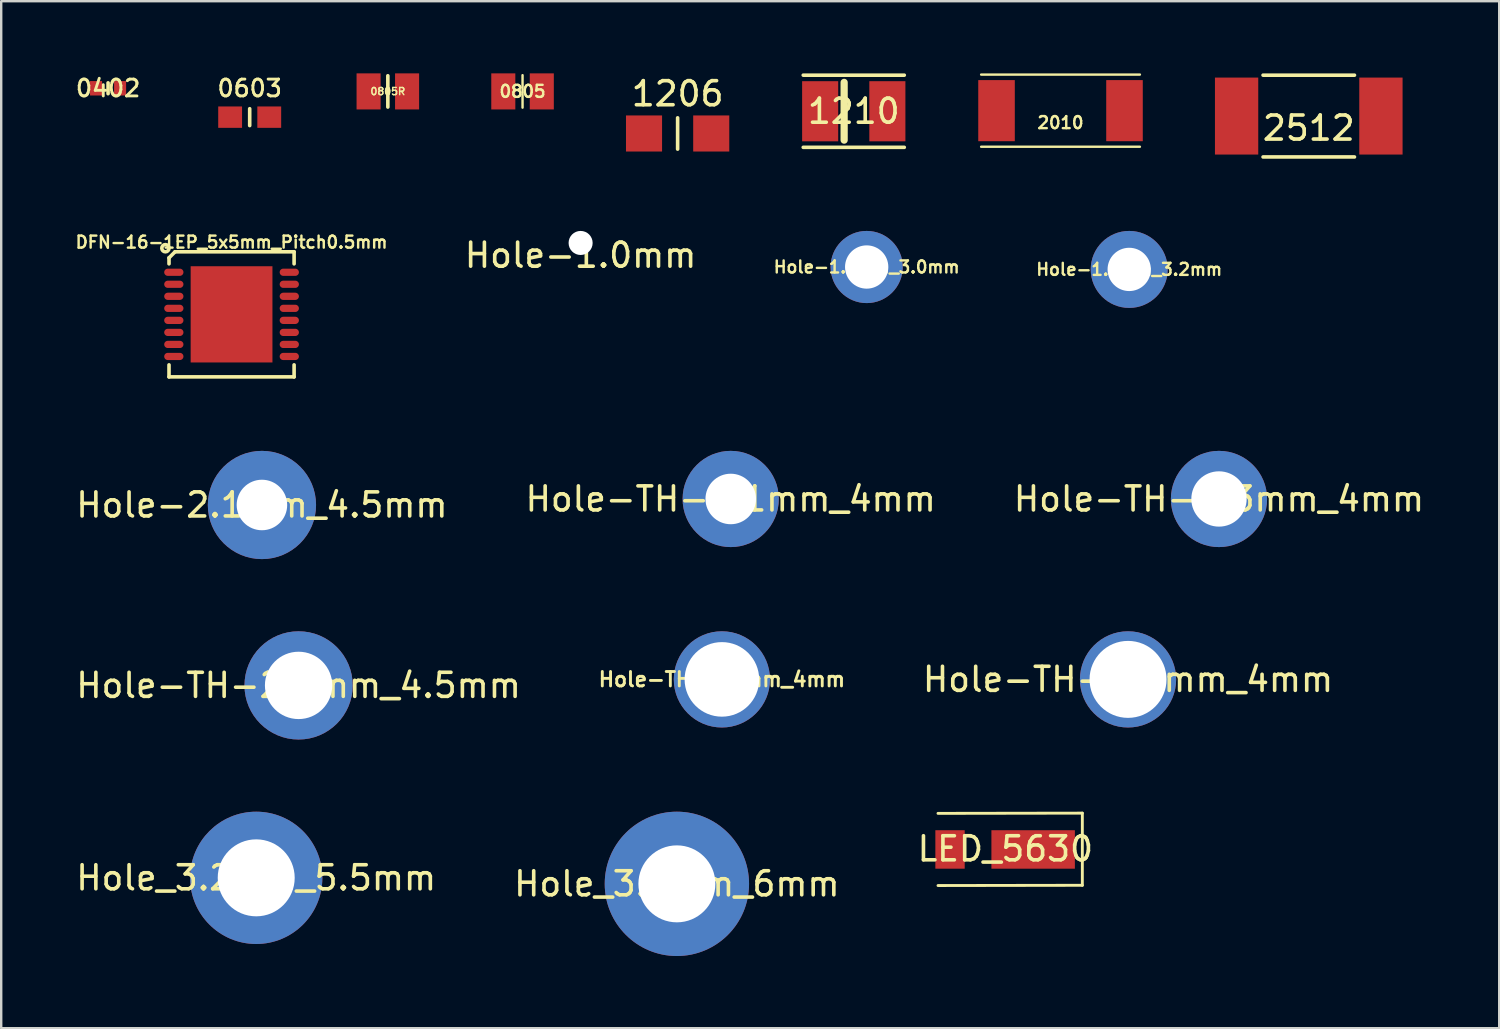
<source format=kicad_pcb>
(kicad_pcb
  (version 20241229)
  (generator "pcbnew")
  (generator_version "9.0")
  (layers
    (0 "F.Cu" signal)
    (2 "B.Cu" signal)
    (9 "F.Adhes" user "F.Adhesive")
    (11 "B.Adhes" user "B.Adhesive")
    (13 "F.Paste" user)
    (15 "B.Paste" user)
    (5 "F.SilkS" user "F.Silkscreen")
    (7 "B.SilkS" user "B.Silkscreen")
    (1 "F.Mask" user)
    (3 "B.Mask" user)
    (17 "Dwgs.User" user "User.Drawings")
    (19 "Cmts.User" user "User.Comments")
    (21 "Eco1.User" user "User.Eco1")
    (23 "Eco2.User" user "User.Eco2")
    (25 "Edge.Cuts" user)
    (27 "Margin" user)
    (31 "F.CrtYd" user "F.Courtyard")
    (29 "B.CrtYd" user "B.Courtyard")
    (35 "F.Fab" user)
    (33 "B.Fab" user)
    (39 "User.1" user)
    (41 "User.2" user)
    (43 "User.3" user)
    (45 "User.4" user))
  (footprint "Hole-TH-2.3mm_4mm"
    (layer "F.Cu")
    (at 47.625 17.693)
    (property "Reference" "Hole-TH-2.3mm_4mm" (at 0 0 0) (layer "F.SilkS") (effects (font (size 1 1) (thickness 0.15))))
    (attr through_hole)
    (pad "1" thru_hole circle (at 0 0) (size 4 4) (drill 2.3) (layers "*.Cu" "*.Mask")))
  (footprint "DFN-16-1EP_5x5mm_Pitch0.5mm"
    (layer "F.Cu")
    (at 6.576 10.018)
    (property "Reference" "DFN-16-1EP_5x5mm_Pitch0.5mm" (at 0 -3 0) (layer "F.SilkS") (effects (font (size 0.5 0.5) (thickness 0.1))))
    (attr smd)
    (fp_line (start -2.6 -2.35) (end -2.6 -2.1) (stroke (width 0.15) (type solid)) (layer "F.SilkS"))
    (fp_line (start -2.6 2.6) (end -2.6 2.1) (stroke (width 0.15) (type solid)) (layer "F.SilkS"))
    (fp_line (start -2.6 2.6) (end 2.6 2.6) (stroke (width 0.15) (type solid)) (layer "F.SilkS"))
    (fp_line (start -2.35 -2.6) (end -2.6 -2.35) (stroke (width 0.15) (type solid)) (layer "F.SilkS"))
    (fp_line (start -2.35 -2.6) (end 2.6 -2.6) (stroke (width 0.15) (type solid)) (layer "F.SilkS"))
    (fp_line (start 2.6 -2.6) (end 2.6 -2.1) (stroke (width 0.15) (type solid)) (layer "F.SilkS"))
    (fp_line (start 2.6 2.6) (end 2.6 2.1) (stroke (width 0.15) (type solid)) (layer "F.SilkS"))
    (fp_circle (center -2.75 -2.75) (end -2.75 -2.6) (stroke (width 0.15) (type solid)) (fill no) (layer "F.SilkS"))
    (pad "1" smd oval (at -2.4 -1.75) (size 0.8 0.3) (layers "F.Cu" "F.Mask" "F.Paste"))
    (pad "2" smd oval (at -2.4 -1.25) (size 0.8 0.3) (layers "F.Cu" "F.Mask" "F.Paste"))
    (pad "3" smd oval (at -2.4 -0.75) (size 0.8 0.3) (layers "F.Cu" "F.Mask" "F.Paste"))
    (pad "4" smd oval (at -2.4 -0.25) (size 0.8 0.3) (layers "F.Cu" "F.Mask" "F.Paste"))
    (pad "5" smd oval (at -2.4 0.25) (size 0.8 0.3) (layers "F.Cu" "F.Mask" "F.Paste"))
    (pad "6" smd oval (at -2.4 0.75) (size 0.8 0.3) (layers "F.Cu" "F.Mask" "F.Paste"))
    (pad "7" smd oval (at -2.4 1.25) (size 0.8 0.3) (layers "F.Cu" "F.Mask" "F.Paste"))
    (pad "8" smd oval (at -2.4 1.75) (size 0.8 0.3) (layers "F.Cu" "F.Mask" "F.Paste"))
    (pad "9" smd oval (at 2.4 1.75) (size 0.8 0.3) (layers "F.Cu" "F.Mask" "F.Paste"))
    (pad "10" smd oval (at 2.4 1.25) (size 0.8 0.3) (layers "F.Cu" "F.Mask" "F.Paste"))
    (pad "11" smd oval (at 2.4 0.75) (size 0.8 0.3) (layers "F.Cu" "F.Mask" "F.Paste"))
    (pad "12" smd oval (at 2.4 0.25) (size 0.8 0.3) (layers "F.Cu" "F.Mask" "F.Paste"))
    (pad "13" smd oval (at 2.4 -0.25) (size 0.8 0.3) (layers "F.Cu" "F.Mask" "F.Paste"))
    (pad "14" smd oval (at 2.4 -0.75) (size 0.8 0.3) (layers "F.Cu" "F.Mask" "F.Paste"))
    (pad "15" smd oval (at 2.4 -1.25) (size 0.8 0.3) (layers "F.Cu" "F.Mask" "F.Paste"))
    (pad "16" smd oval (at 2.4 -1.75) (size 0.8 0.3) (layers "F.Cu" "F.Mask" "F.Paste"))
    (pad "17" smd rect (at 0 0) (size 3.4 4) (layers "F.Cu" "F.Mask" "F.Paste")))
  (footprint "Hole-TH-3.1mm_4mm"
    (layer "F.Cu")
    (at 26.96 25.193)
    (property "Reference" "Hole-TH-3.1mm_4mm" (at 0 0 0) (layer "F.SilkS") (effects (font (size 0.6 0.6) (thickness 0.12))))
    (attr through_hole)
    (pad "1" thru_hole circle (at 0 0) (size 4 4) (drill 3.1) (layers "*.Cu" "*.Mask")))
  (footprint "2010"
    (layer "F.Cu")
    (at 41.037 1.55)
    (property "Reference" "2010" (at 0 0.5 0) (layer "F.SilkS") (effects (font (size 0.5 0.5) (thickness 0.1))))
    (attr through_hole)
    (fp_line (start -3.3 -1.5) (end 3.3 -1.5) (stroke (width 0.1) (type solid)) (layer "F.SilkS"))
    (fp_line (start 3.3 1.5) (end -3.3 1.5) (stroke (width 0.1) (type solid)) (layer "F.SilkS"))
    (pad "1" smd rect (at -2.66 0) (size 1.52 2.54) (layers "F.Cu" "F.Mask" "F.Paste"))
    (pad "2" smd rect (at 2.66 0) (size 1.52 2.54) (layers "F.Cu" "F.Mask" "F.Paste")))
  (footprint "Hole-2.1mm_4.5mm"
    (layer "F.Cu")
    (at 7.839 17.943)
    (property "Reference" "Hole-2.1mm_4.5mm" (at 0 0 0) (layer "F.SilkS") (effects (font (size 1 1) (thickness 0.15))))
    (attr through_hole)
    (pad "0" thru_hole circle (at 0 0) (size 4.5 4.5) (drill 2.1) (layers "*.Cu" "*.Mask")))
  (footprint "Hole-TH-3.2mm_4mm"
    (layer "F.Cu")
    (at 43.844 25.193)
    (property "Reference" "Hole-TH-3.2mm_4mm" (at 0 0 0) (layer "F.SilkS") (effects (font (size 1 1) (thickness 0.15))))
    (attr through_hole)
    (pad "1" thru_hole circle (at 0 0) (size 4 4) (drill 3.2) (layers "*.Cu" "*.Mask")))
  (footprint "Hole-1.8mm_3.2mm"
    (layer "F.Cu")
    (at 43.893 8.15)
    (property "Reference" "Hole-1.8mm_3.2mm" (at 0 0 0) (layer "F.SilkS") (effects (font (size 0.5 0.5) (thickness 0.1))))
    (attr through_hole)
    (pad "0" thru_hole circle (at 0 0) (size 3.2 3.2) (drill 1.8) (layers "*.Cu" "*.Mask")))
  (footprint "LED_5630"
    (layer "F.Cu")
    (at 38.744 32.263)
    (property "Reference" "LED_5630" (at 0 -0.025 0) (layer "F.SilkS") (effects (font (size 1 1) (thickness 0.15))))
    (attr through_hole)
    (fp_line (start -2.8 -1.5) (end 3.2 -1.51) (stroke (width 0.12) (type solid)) (layer "F.SilkS"))
    (fp_line (start 3.2 -1.51) (end 3.2 1.49) (stroke (width 0.12) (type solid)) (layer "F.SilkS"))
    (fp_line (start 3.2 1.49) (end -2.8 1.5) (stroke (width 0.12) (type solid)) (layer "F.SilkS"))
    (pad "1" smd rect (at 1.155 0) (size 3.47 1.6) (layers "F.Cu" "F.Mask" "F.Paste"))
    (pad "2" smd rect (at -2.3 0) (size 1.22 1.6) (layers "F.Cu" "F.Mask" "F.Paste")))
  (footprint "0805R"
    (layer "F.Cu")
    (at 13.073 0.75)
    (property "Reference" "0805R" (at 0 0 180) (layer "F.SilkS") (effects (font (size 0.3 0.3) (thickness 0.06))))
    (attr smd)
    (fp_line (start 0 -0.65) (end 0 0.65) (stroke (width 0.15) (type solid)) (layer "F.SilkS"))
    (pad "1" smd rect (at -0.8 0) (size 1 1.5) (layers "F.Cu" "F.Mask" "F.Paste"))
    (pad "2" smd rect (at 0.8 0) (size 1 1.5) (layers "F.Cu" "F.Mask" "F.Paste")))
  (footprint "0603"
    (layer "F.Cu")
    (at 7.33 1.82)
    (property "Reference" "0603" (at 0 -1.2 0) (layer "F.SilkS") (effects (font (size 0.7 0.7) (thickness 0.12))))
    (attr smd)
    (fp_line (start 0 0.35) (end 0 -0.35) (stroke (width 0.15) (type solid)) (layer "F.SilkS"))
    (pad "1" smd rect (at -0.813 0) (size 0.991 0.889) (layers "F.Cu" "F.Mask" "F.Paste"))
    (pad "2" smd rect (at 0.813 0) (size 0.991 0.889) (layers "F.Cu" "F.Mask" "F.Paste")))
  (footprint "2512"
    (layer "F.Cu")
    (at 51.357 1.775)
    (property "Reference" "2512" (at 0 0.5 0) (layer "F.SilkS") (effects (font (size 1 1) (thickness 0.15))))
    (attr through_hole)
    (fp_line (start -1.9 -1.7) (end 1.9 -1.7) (stroke (width 0.15) (type solid)) (layer "F.SilkS"))
    (fp_line (start -1.9 1.7) (end 1.9 1.7) (stroke (width 0.15) (type solid)) (layer "F.SilkS"))
    (pad "1" smd rect (at 3 0) (size 1.8 3.2) (layers "F.Cu" "F.Mask" "F.Paste"))
    (pad "2" smd rect (at -3 0) (size 1.8 3.2) (layers "F.Cu" "F.Mask" "F.Paste")))
  (footprint "Hole-1.0mm"
    (layer "F.Cu")
    (at 21.087 7.06)
    (property "Reference" "Hole-1.0mm" (at 0 0.5 0) (layer "F.SilkS") (effects (font (size 1 1) (thickness 0.15))))
    (attr through_hole)
    (pad "" np_thru_hole circle (at 0 -0.01) (size 1 1) (drill 1) (layers "*.Cu" "*.Mask")))
  (footprint "Hole_3.2mm_5.5mm"
    (layer "F.Cu")
    (at 7.601 33.443)
    (property "Reference" "Hole_3.2mm_5.5mm" (at 0 0 0) (layer "F.SilkS") (effects (font (size 1 1) (thickness 0.15))))
    (attr through_hole)
    (pad "1" thru_hole circle (at 0 0) (size 5.5 5.5) (drill 3.2) (layers "*.Cu" "*.Mask")))
  (footprint "1210"
    (layer "F.Cu")
    (at 32.442 1.575)
    (property "Reference" "1210" (at 0 0 0) (layer "F.SilkS") (effects (font (size 1 1) (thickness 0.15))))
    (attr through_hole)
    (fp_line (start -2.1 -1.5) (end 2.1 -1.5) (stroke (width 0.15) (type solid)) (layer "F.SilkS"))
    (fp_line (start -2.1 1.5) (end 2.1 1.5) (stroke (width 0.15) (type solid)) (layer "F.SilkS"))
    (fp_line (start -0.4 -1.2) (end -0.4 1.2) (stroke (width 0.3) (type solid)) (layer "F.SilkS"))
    (pad "1" smd rect (at -1.397 0) (size 1.5 2.5) (layers "F.Cu" "F.Mask" "F.Paste"))
    (pad "2" smd rect (at 1.397 0) (size 1.5 2.5) (layers "F.Cu" "F.Mask" "F.Paste")))
  (footprint "Hole_3.2mm_6mm"
    (layer "F.Cu")
    (at 25.089 33.693)
    (property "Reference" "Hole_3.2mm_6mm" (at 0 0 0) (layer "F.SilkS") (effects (font (size 1 1) (thickness 0.15))))
    (attr through_hole)
    (pad "1" thru_hole circle (at 0 0) (size 6 6) (drill 3.2) (layers "*.Cu" "*.Mask")))
  (footprint "0805"
    (layer "F.Cu")
    (at 18.673 0.75)
    (property "Reference" "0805" (at 0 0 0) (layer "F.SilkS") (effects (font (size 0.5 0.5) (thickness 0.1))))
    (attr smd)
    (fp_line (start 0 -0.675) (end 0 0.675) (stroke (width 0.1) (type solid)) (layer "F.SilkS"))
    (pad "1" smd rect (at -0.8 0) (size 1 1.5) (layers "F.Cu" "F.Mask" "F.Paste"))
    (pad "2" smd rect (at 0.8 0) (size 1 1.5) (layers "F.Cu" "F.Mask" "F.Paste")))
  (footprint "0402"
    (layer "F.Cu")
    (at 1.443 0.62)
    (property "Reference" "0402" (at 0 0 0) (layer "F.SilkS") (effects (font (size 0.7 0.7) (thickness 0.12))))
    (attr smd)
    (fp_line (start 0 -0.225) (end 0 0.225) (stroke (width 0.15) (type solid)) (layer "F.SilkS"))
    (pad "1" smd rect (at -0.5 0) (size 0.5 0.6) (layers "F.Cu" "F.Mask" "F.Paste"))
    (pad "2" smd rect (at 0.5 0) (size 0.5 0.6) (layers "F.Cu" "F.Mask" "F.Paste")))
  (footprint "Hole-TH-2.8mm_4.5mm"
    (layer "F.Cu")
    (at 9.363 25.443)
    (property "Reference" "Hole-TH-2.8mm_4.5mm" (at 0 0 0) (layer "F.SilkS") (effects (font (size 1 1) (thickness 0.15))))
    (attr through_hole)
    (pad "1" thru_hole circle (at 0 0) (size 4.5 4.5) (drill 2.8) (layers "*.Cu" "*.Mask")))
  (footprint "Hole-TH-2.1mm_4mm"
    (layer "F.Cu")
    (at 27.327 17.693)
    (property "Reference" "Hole-TH-2.1mm_4mm" (at 0 0 0) (layer "F.SilkS") (effects (font (size 1 1) (thickness 0.15))))
    (attr through_hole)
    (pad "1" thru_hole circle (at 0 0) (size 4 4) (drill 2.1) (layers "*.Cu" "*.Mask")))
  (footprint "Hole-1.8mm_3.0mm"
    (layer "F.Cu")
    (at 32.979 8.05)
    (property "Reference" "Hole-1.8mm_3.0mm" (at 0 0 0) (layer "F.SilkS") (effects (font (size 0.5 0.5) (thickness 0.1))))
    (attr through_hole)
    (pad "0" thru_hole circle (at 0 0) (size 3 3) (drill 1.8) (layers "*.Cu" "*.Mask")))
  (footprint "1206"
    (layer "F.Cu")
    (at 25.12 2.499)
    (property "Reference" "1206" (at 0 -1.651 0) (layer "F.SilkS") (effects (font (size 1 1) (thickness 0.15))))
    (attr smd)
    (fp_line (start 0 0.65) (end 0 -0.65) (stroke (width 0.15) (type solid)) (layer "F.SilkS"))
    (pad "1" smd rect (at -1.397 0) (size 1.5 1.5) (layers "F.Cu" "F.Mask" "F.Paste"))
    (pad "2" smd rect (at 1.397 0) (size 1.5 1.5) (layers "F.Cu" "F.Mask" "F.Paste")))
  (gr_rect
    (start -3 -3)
    (end 59.274 39.693)
    (stroke (width 0.1) (type default))
    (fill no)
    (layer "Edge.Cuts")))
</source>
